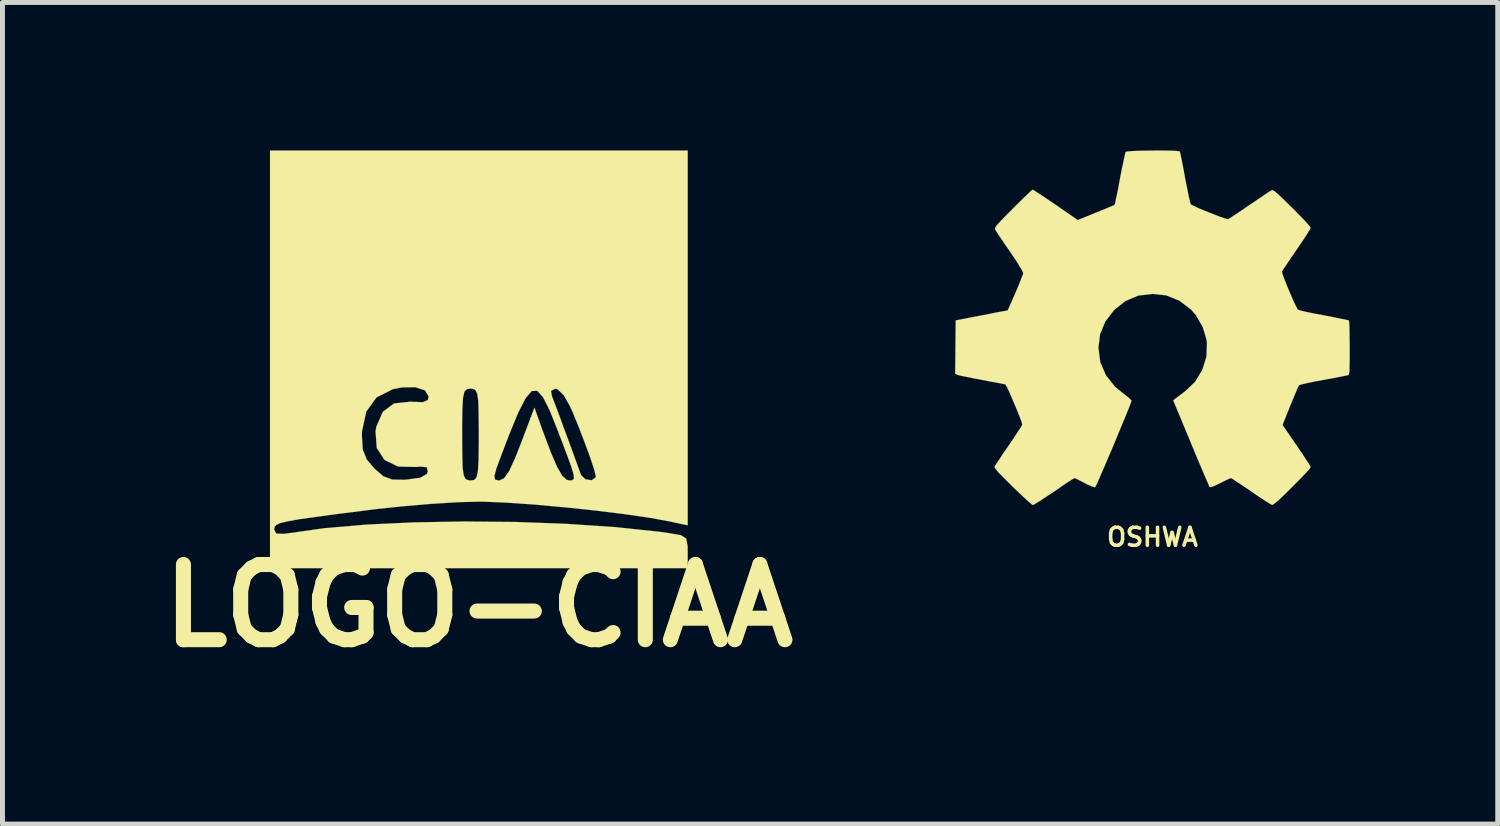
<source format=kicad_pcb>
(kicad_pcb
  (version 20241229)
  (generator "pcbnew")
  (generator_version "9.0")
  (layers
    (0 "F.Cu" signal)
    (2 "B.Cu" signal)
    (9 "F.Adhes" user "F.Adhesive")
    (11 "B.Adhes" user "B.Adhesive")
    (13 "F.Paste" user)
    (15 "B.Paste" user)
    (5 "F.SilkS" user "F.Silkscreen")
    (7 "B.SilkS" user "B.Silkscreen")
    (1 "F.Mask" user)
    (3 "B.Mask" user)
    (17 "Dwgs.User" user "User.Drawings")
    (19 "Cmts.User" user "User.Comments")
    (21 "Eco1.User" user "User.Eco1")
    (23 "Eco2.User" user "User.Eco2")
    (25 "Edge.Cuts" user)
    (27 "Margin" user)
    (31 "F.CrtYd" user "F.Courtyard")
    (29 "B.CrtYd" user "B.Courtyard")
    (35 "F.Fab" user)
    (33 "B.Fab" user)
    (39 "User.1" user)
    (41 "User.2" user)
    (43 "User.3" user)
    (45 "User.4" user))
  (footprint "LOGO-CIAA"
    (layer "F.Cu")
    (at 6.655 4.233)
    (property "Reference" "LOGO-CIAA" (at 0 4.994 0) (layer "F.SilkS") (effects (font (size 1.524 1.524) (thickness 0.305))))
    (attr through_hole)
    (fp_poly (pts (xy 4.234 4.234) (xy 0 4.234) (xy -4.232 4.234) (xy -4.232 0) (xy -4.232 -4.232) (xy 0 -4.232) (xy 4.234 -4.232) (xy 4.234 -0.434) (xy 4.234 3.365) (xy 3.873 3.287) (xy 3.472 3.213) (xy 2.946 3.137) (xy 2.372 3.066) (xy 2.372 2.375) (xy 2.342 2.245) (xy 2.263 2.004) (xy 2.149 1.694) (xy 2.022 1.361) (xy 1.892 1.046) (xy 1.849 0.953) (xy 1.725 0.732) (xy 1.598 0.607) (xy 1.554 0.594) (xy 1.463 0.64) (xy 1.481 0.742) (xy 1.532 0.876) (xy 1.626 1.125) (xy 1.74 1.438) (xy 1.862 1.765) (xy 1.971 2.068) (xy 2.052 2.291) (xy 2.075 2.349) (xy 2.162 2.433) (xy 2.289 2.451) (xy 2.367 2.395) (xy 2.372 2.375) (xy 2.372 3.066) (xy 2.344 3.063) (xy 1.928 3.018) (xy 1.928 2.421) (xy 1.923 2.339) (xy 1.877 2.182) (xy 1.783 1.925) (xy 1.638 1.542) (xy 1.582 1.397) (xy 1.43 1.019) (xy 1.3 0.765) (xy 1.186 0.638) (xy 1.072 0.643) (xy 0.947 0.79) (xy 0.8 1.079) (xy 0.617 1.521) (xy 0.462 1.928) (xy 0.358 2.207) (xy 0.315 2.367) (xy 0.33 2.438) (xy 0.396 2.456) (xy 0.417 2.456) (xy 0.511 2.413) (xy 0.615 2.266) (xy 0.739 1.996) (xy 0.848 1.72) (xy 1.128 0.98) (xy 1.293 1.443) (xy 1.458 1.882) (xy 1.587 2.182) (xy 1.692 2.362) (xy 1.783 2.443) (xy 1.834 2.456) (xy 1.895 2.451) (xy 1.928 2.421) (xy 1.928 3.018) (xy 1.709 2.997) (xy 1.09 2.941) (xy 0.531 2.903) (xy 0.079 2.885) (xy 0 2.885) (xy 0 1.699) (xy 0 1.524) (xy -0.003 1.118) (xy -0.01 0.848) (xy -0.033 0.693) (xy -0.074 0.617) (xy -0.137 0.594) (xy -0.168 0.594) (xy -0.244 0.605) (xy -0.292 0.655) (xy -0.32 0.777) (xy -0.333 0.998) (xy -0.338 1.349) (xy -0.338 1.524) (xy -0.335 1.933) (xy -0.328 2.2) (xy -0.305 2.357) (xy -0.264 2.431) (xy -0.201 2.454) (xy -0.168 2.456) (xy -0.094 2.446) (xy -0.046 2.393) (xy -0.018 2.271) (xy -0.005 2.05) (xy 0 1.699) (xy 0 2.885) (xy -0.419 2.896) (xy -0.945 2.929) (xy -1.016 2.934) (xy -1.016 0.754) (xy -1.09 0.63) (xy -1.283 0.566) (xy -1.554 0.569) (xy -1.742 0.605) (xy -2.073 0.772) (xy -2.281 1.059) (xy -2.367 1.455) (xy -2.37 1.542) (xy -2.352 1.829) (xy -2.273 2.027) (xy -2.118 2.212) (xy -1.935 2.37) (xy -1.755 2.438) (xy -1.501 2.441) (xy -1.463 2.438) (xy -1.186 2.4) (xy -1.054 2.324) (xy -1.034 2.278) (xy -1.052 2.189) (xy -1.184 2.174) (xy -1.265 2.182) (xy -1.636 2.174) (xy -1.91 2.04) (xy -2.068 1.798) (xy -2.093 1.466) (xy -2.078 1.369) (xy -1.946 1.064) (xy -1.717 0.894) (xy -1.384 0.859) (xy -1.359 0.861) (xy -1.133 0.869) (xy -1.034 0.826) (xy -1.016 0.754) (xy -1.016 2.934) (xy -1.519 2.977) (xy -2.075 3.035) (xy -2.2 3.051) (xy -2.822 3.129) (xy -3.294 3.193) (xy -3.64 3.241) (xy -3.876 3.284) (xy -4.026 3.32) (xy -4.107 3.358) (xy -4.14 3.399) (xy -4.148 3.447) (xy -4.148 3.449) (xy -4.107 3.531) (xy -3.955 3.538) (xy -3.873 3.528) (xy -3.137 3.424) (xy -2.273 3.35) (xy -1.311 3.305) (xy -0.292 3.287) (xy 0.752 3.297) (xy 1.781 3.335) (xy 2.764 3.401) (xy 3.658 3.495) (xy 3.873 3.526) (xy 4.1 3.566) (xy 4.204 3.635) (xy 4.232 3.782) (xy 4.234 3.904) (xy 4.234 4.234)) (stroke (width 0.003) (type solid)) (fill yes) (layer "F.SilkS")))
  (footprint "OSHWA"
    (layer "F.Cu")
    (at 20.309 3.595)
    (property "Reference" "OSHWA" (at 0 4.242 0) (layer "F.SilkS") (effects (font (size 0.363 0.363) (thickness 0.071))))
    (attr through_hole)
    (fp_poly (pts (xy -2.423 3.592) (xy -2.383 3.571) (xy -2.289 3.513) (xy -2.154 3.424) (xy -1.996 3.32) (xy -1.839 3.211) (xy -1.709 3.124) (xy -1.618 3.066) (xy -1.58 3.045) (xy -1.56 3.051) (xy -1.483 3.089) (xy -1.374 3.145) (xy -1.311 3.178) (xy -1.212 3.221) (xy -1.161 3.231) (xy -1.153 3.216) (xy -1.115 3.139) (xy -1.059 3.007) (xy -0.983 2.835) (xy -0.897 2.631) (xy -0.803 2.413) (xy -0.711 2.189) (xy -0.622 1.976) (xy -0.544 1.786) (xy -0.48 1.631) (xy -0.439 1.521) (xy -0.424 1.476) (xy -0.429 1.466) (xy -0.48 1.417) (xy -0.566 1.351) (xy -0.757 1.196) (xy -0.942 0.963) (xy -1.057 0.699) (xy -1.095 0.404) (xy -1.062 0.132) (xy -0.955 -0.13) (xy -0.772 -0.366) (xy -0.551 -0.541) (xy -0.292 -0.653) (xy 0 -0.688) (xy 0.279 -0.658) (xy 0.546 -0.551) (xy 0.782 -0.371) (xy 0.881 -0.257) (xy 1.019 -0.018) (xy 1.097 0.239) (xy 1.105 0.302) (xy 1.095 0.584) (xy 1.011 0.853) (xy 0.864 1.095) (xy 0.658 1.29) (xy 0.63 1.311) (xy 0.536 1.382) (xy 0.472 1.43) (xy 0.422 1.471) (xy 0.78 2.332) (xy 0.836 2.469) (xy 0.935 2.705) (xy 1.021 2.908) (xy 1.09 3.068) (xy 1.138 3.178) (xy 1.158 3.221) (xy 1.161 3.223) (xy 1.191 3.228) (xy 1.257 3.203) (xy 1.377 3.145) (xy 1.458 3.104) (xy 1.549 3.061) (xy 1.59 3.045) (xy 1.626 3.063) (xy 1.712 3.122) (xy 1.841 3.205) (xy 1.994 3.31) (xy 2.141 3.411) (xy 2.276 3.5) (xy 2.375 3.561) (xy 2.423 3.589) (xy 2.431 3.589) (xy 2.471 3.564) (xy 2.55 3.5) (xy 2.667 3.388) (xy 2.832 3.226) (xy 2.857 3.2) (xy 2.995 3.061) (xy 3.106 2.944) (xy 3.18 2.863) (xy 3.205 2.824) (xy 3.183 2.776) (xy 3.119 2.68) (xy 3.03 2.543) (xy 2.921 2.383) (xy 2.637 1.968) (xy 2.794 1.577) (xy 2.842 1.458) (xy 2.903 1.313) (xy 2.946 1.209) (xy 2.972 1.163) (xy 3.012 1.148) (xy 3.122 1.123) (xy 3.277 1.09) (xy 3.459 1.057) (xy 3.637 1.024) (xy 3.797 0.993) (xy 3.912 0.97) (xy 3.962 0.96) (xy 3.975 0.953) (xy 3.985 0.927) (xy 3.993 0.874) (xy 3.995 0.777) (xy 3.998 0.625) (xy 3.998 0.404) (xy 3.998 0.381) (xy 3.995 0.17) (xy 3.993 0.003) (xy 3.988 -0.107) (xy 3.98 -0.15) (xy 3.929 -0.163) (xy 3.818 -0.185) (xy 3.658 -0.218) (xy 3.467 -0.254) (xy 3.457 -0.257) (xy 3.266 -0.292) (xy 3.109 -0.325) (xy 2.997 -0.351) (xy 2.951 -0.366) (xy 2.941 -0.378) (xy 2.903 -0.452) (xy 2.847 -0.569) (xy 2.786 -0.714) (xy 2.723 -0.861) (xy 2.67 -0.996) (xy 2.634 -1.095) (xy 2.624 -1.14) (xy 2.652 -1.186) (xy 2.718 -1.285) (xy 2.809 -1.42) (xy 2.921 -1.582) (xy 2.929 -1.595) (xy 3.038 -1.755) (xy 3.127 -1.89) (xy 3.185 -1.986) (xy 3.205 -2.029) (xy 3.205 -2.032) (xy 3.17 -2.08) (xy 3.089 -2.169) (xy 2.972 -2.291) (xy 2.832 -2.433) (xy 2.786 -2.477) (xy 2.631 -2.629) (xy 2.525 -2.728) (xy 2.456 -2.781) (xy 2.423 -2.794) (xy 2.423 -2.791) (xy 2.375 -2.764) (xy 2.273 -2.697) (xy 2.136 -2.603) (xy 1.974 -2.494) (xy 1.963 -2.487) (xy 1.803 -2.377) (xy 1.671 -2.289) (xy 1.575 -2.225) (xy 1.534 -2.2) (xy 1.527 -2.2) (xy 1.463 -2.22) (xy 1.349 -2.258) (xy 1.209 -2.314) (xy 1.062 -2.372) (xy 0.927 -2.428) (xy 0.826 -2.477) (xy 0.777 -2.502) (xy 0.777 -2.504) (xy 0.759 -2.563) (xy 0.732 -2.682) (xy 0.699 -2.847) (xy 0.66 -3.043) (xy 0.655 -3.073) (xy 0.62 -3.264) (xy 0.589 -3.421) (xy 0.566 -3.531) (xy 0.554 -3.576) (xy 0.528 -3.581) (xy 0.434 -3.589) (xy 0.292 -3.592) (xy 0.119 -3.594) (xy -0.061 -3.592) (xy -0.236 -3.589) (xy -0.389 -3.584) (xy -0.495 -3.576) (xy -0.541 -3.566) (xy -0.544 -3.564) (xy -0.559 -3.505) (xy -0.584 -3.386) (xy -0.62 -3.221) (xy -0.658 -3.023) (xy -0.663 -2.99) (xy -0.699 -2.799) (xy -0.732 -2.644) (xy -0.754 -2.535) (xy -0.767 -2.494) (xy -0.782 -2.484) (xy -0.861 -2.451) (xy -0.988 -2.398) (xy -1.148 -2.334) (xy -1.514 -2.184) (xy -1.961 -2.494) (xy -2.004 -2.522) (xy -2.164 -2.631) (xy -2.299 -2.72) (xy -2.39 -2.779) (xy -2.428 -2.802) (xy -2.431 -2.799) (xy -2.477 -2.761) (xy -2.565 -2.677) (xy -2.687 -2.558) (xy -2.827 -2.418) (xy -2.931 -2.314) (xy -3.056 -2.187) (xy -3.134 -2.103) (xy -3.178 -2.047) (xy -3.193 -2.014) (xy -3.188 -1.994) (xy -3.16 -1.948) (xy -3.094 -1.849) (xy -3.002 -1.712) (xy -2.893 -1.554) (xy -2.802 -1.42) (xy -2.705 -1.27) (xy -2.642 -1.163) (xy -2.619 -1.11) (xy -2.624 -1.087) (xy -2.657 -1.001) (xy -2.71 -0.866) (xy -2.776 -0.709) (xy -2.934 -0.353) (xy -3.167 -0.31) (xy -3.307 -0.282) (xy -3.505 -0.244) (xy -3.693 -0.208) (xy -3.988 -0.15) (xy -3.998 0.932) (xy -3.952 0.953) (xy -3.909 0.965) (xy -3.8 0.988) (xy -3.645 1.019) (xy -3.459 1.054) (xy -3.305 1.085) (xy -3.145 1.113) (xy -3.033 1.135) (xy -2.982 1.146) (xy -2.969 1.163) (xy -2.929 1.24) (xy -2.873 1.361) (xy -2.812 1.509) (xy -2.748 1.659) (xy -2.692 1.798) (xy -2.652 1.905) (xy -2.639 1.961) (xy -2.659 2.004) (xy -2.72 2.095) (xy -2.807 2.228) (xy -2.913 2.385) (xy -3.023 2.543) (xy -3.111 2.677) (xy -3.175 2.774) (xy -3.2 2.817) (xy -3.188 2.847) (xy -3.127 2.924) (xy -3.007 3.045) (xy -2.832 3.221) (xy -2.802 3.249) (xy -2.662 3.383) (xy -2.543 3.493) (xy -2.461 3.566) (xy -2.423 3.592)) (stroke (width 0.003) (type solid)) (fill yes) (layer "F.SilkS")))
  (gr_rect
    (start -3 -3)
    (end 27.308 13.653)
    (stroke (width 0.1) (type default))
    (fill no)
    (layer "Edge.Cuts")))
</source>
